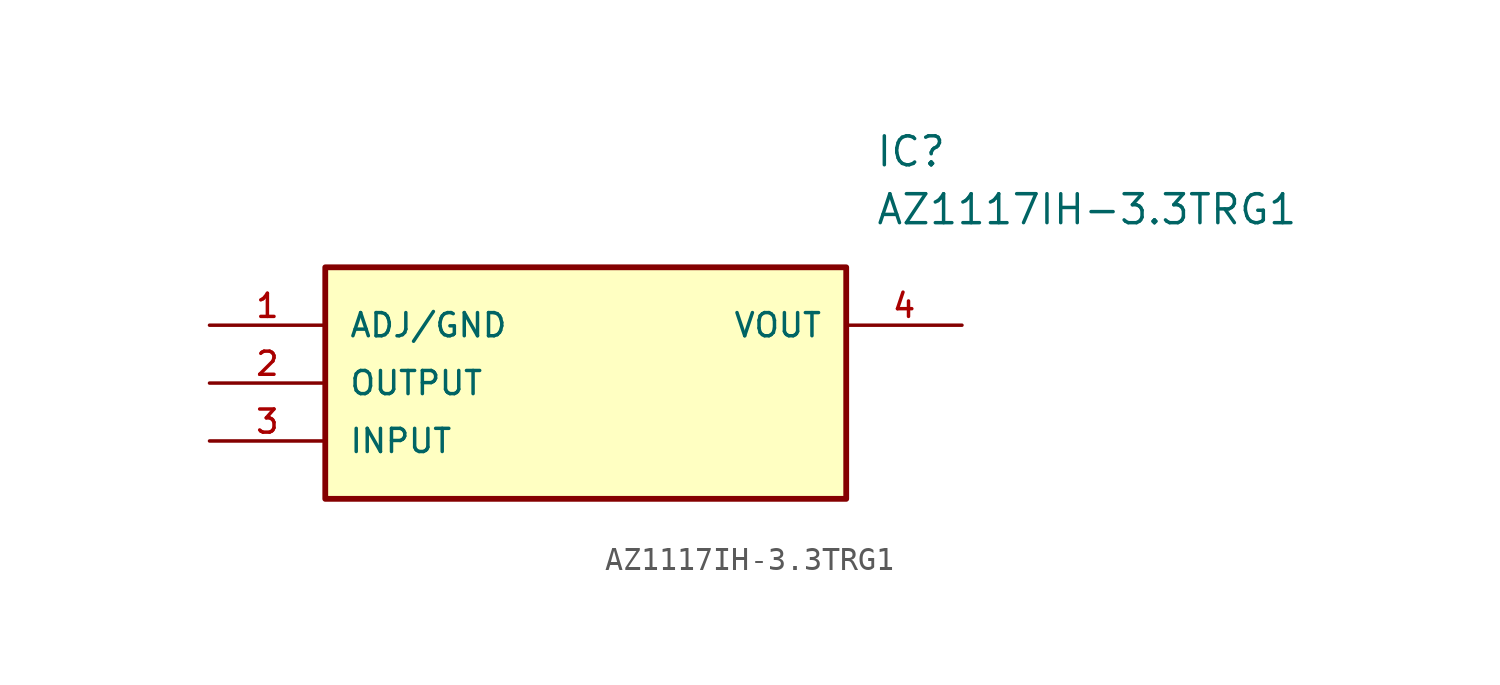
<source format=kicad_sym>
(kicad_symbol_lib
  (version 20211014)
  (generator kicad_symbol_editor)
  (symbol "AZ1117IH-3.3TRG1"
    (pin_names
      (offset 1.016))
    (property "Reference" "IC"
      (at 29.21 7.62 0)
      (effects (font (size 1.27 1.27)) (justify left)))
    (property "Value" "AZ1117IH-3.3TRG1"
      (at 29.21 5.08 0)
      (effects (font (size 1.27 1.27)) (justify left)))
    (symbol "AZ1117IH-3.3TRG1_0_0"
      (rectangle (start 5.08 -7.62) (end 27.94 2.54) (stroke (width 0.254)) (fill (type background)))
      (pin bidirectional line (at 0.0 0.0 0) (length 5.08) (name "ADJ/GND" (effects (font (size 1.016 1.016)))) (number "1" (effects (font (size 1.016 1.016)))))
      (pin bidirectional line (at 0.0 -2.54 0) (length 5.08) (name "OUTPUT" (effects (font (size 1.016 1.016)))) (number "2" (effects (font (size 1.016 1.016)))))
      (pin bidirectional line (at 0.0 -5.08 0) (length 5.08) (name "INPUT" (effects (font (size 1.016 1.016)))) (number "3" (effects (font (size 1.016 1.016)))))
      (pin bidirectional line (at 33.02 0.0 180.0) (length 5.08) (name "VOUT" (effects (font (size 1.016 1.016)))) (number "4" (effects (font (size 1.016 1.016))))))))
</source>
